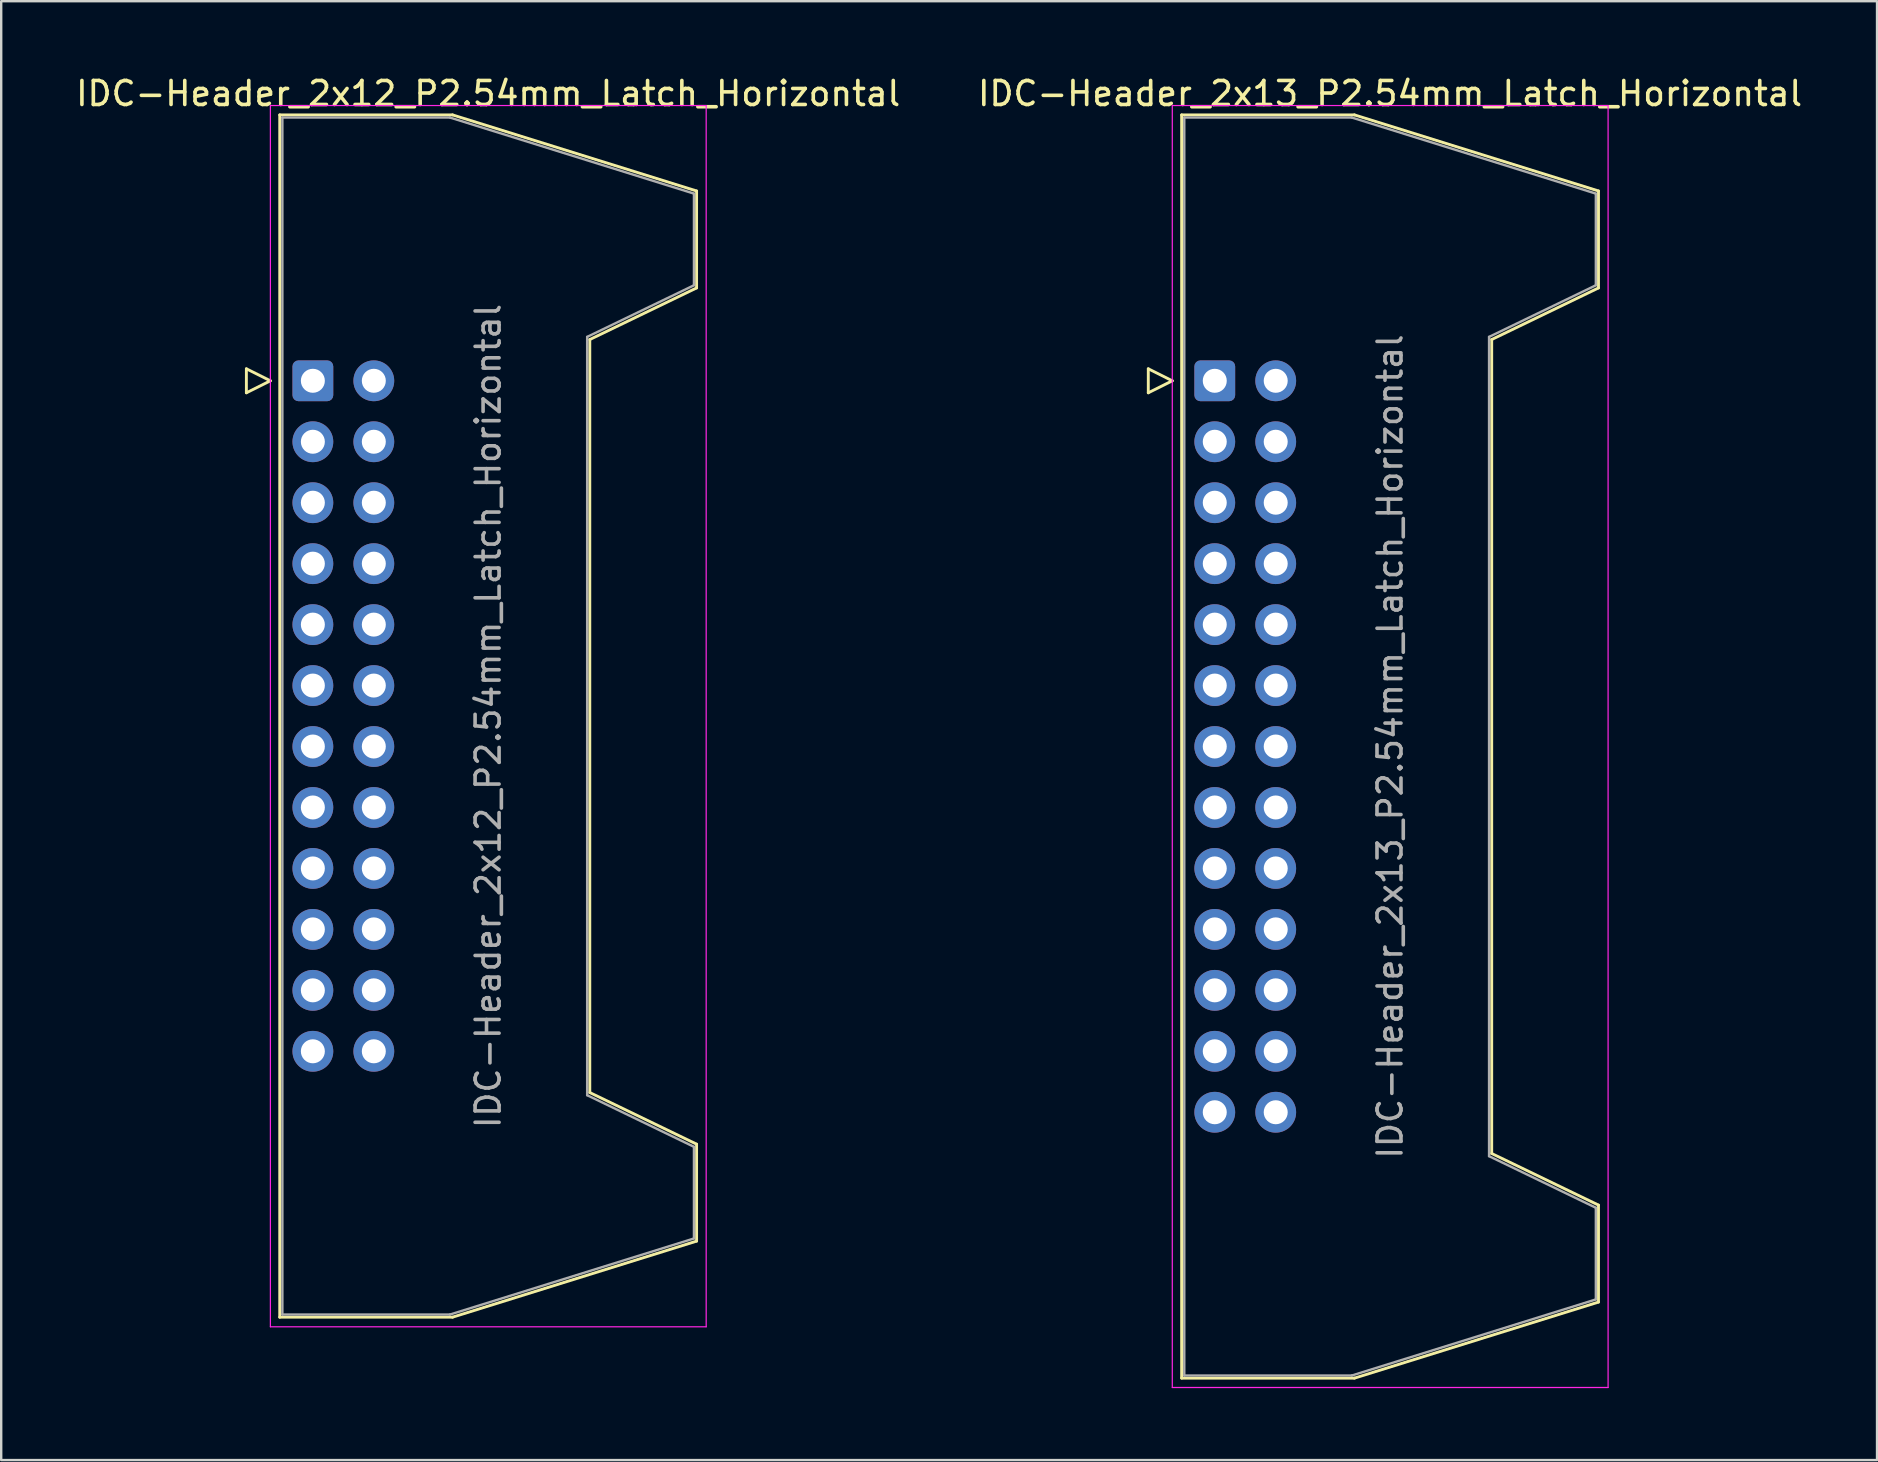
<source format=kicad_pcb>
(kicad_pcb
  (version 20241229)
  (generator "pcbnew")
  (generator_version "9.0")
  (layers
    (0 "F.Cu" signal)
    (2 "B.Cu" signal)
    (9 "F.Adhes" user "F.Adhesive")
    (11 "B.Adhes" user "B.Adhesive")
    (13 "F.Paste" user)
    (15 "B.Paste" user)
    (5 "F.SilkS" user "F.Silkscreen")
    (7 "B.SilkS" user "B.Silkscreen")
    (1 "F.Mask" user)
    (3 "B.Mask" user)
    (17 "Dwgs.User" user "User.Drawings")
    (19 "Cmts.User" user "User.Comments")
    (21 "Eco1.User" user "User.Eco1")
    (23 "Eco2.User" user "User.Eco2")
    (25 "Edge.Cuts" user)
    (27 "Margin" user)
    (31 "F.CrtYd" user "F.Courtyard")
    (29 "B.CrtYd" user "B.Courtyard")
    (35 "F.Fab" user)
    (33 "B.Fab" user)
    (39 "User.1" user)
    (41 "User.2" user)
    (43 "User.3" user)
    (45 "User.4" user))
  (footprint "IDC-Header_2x13_P2.54mm_Latch_Horizontal"
    (layer "F.Cu")
    (at 47.57 12.818)
    (property "Reference" "IDC-Header_2x13_P2.54mm_Latch_Horizontal" (at 7.305 -11.97 0) (layer "F.SilkS") (effects (font (size 1 1) (thickness 0.15))))
    (attr through_hole)
    (fp_line (start -2.77 -0.5) (end -2.77 0.5) (stroke (width 0.12) (type solid)) (layer "F.SilkS"))
    (fp_line (start -2.77 0.5) (end -1.77 0) (stroke (width 0.12) (type solid)) (layer "F.SilkS"))
    (fp_line (start -1.77 0) (end -2.77 -0.5) (stroke (width 0.12) (type solid)) (layer "F.SilkS"))
    (fp_line (start -1.38 -11.08) (end 5.82 -11.08) (stroke (width 0.12) (type solid)) (layer "F.SilkS"))
    (fp_line (start -1.38 41.56) (end -1.38 -11.08) (stroke (width 0.12) (type solid)) (layer "F.SilkS"))
    (fp_line (start 5.82 -11.08) (end 15.99 -7.91) (stroke (width 0.12) (type solid)) (layer "F.SilkS"))
    (fp_line (start 5.82 41.56) (end -1.38 41.56) (stroke (width 0.12) (type solid)) (layer "F.SilkS"))
    (fp_line (start 11.54 -1.72) (end 11.54 32.2) (stroke (width 0.12) (type solid)) (layer "F.SilkS"))
    (fp_line (start 11.54 32.2) (end 15.99 34.35) (stroke (width 0.12) (type solid)) (layer "F.SilkS"))
    (fp_line (start 15.99 -7.91) (end 15.99 -3.87) (stroke (width 0.12) (type solid)) (layer "F.SilkS"))
    (fp_line (start 15.99 -3.87) (end 11.54 -1.72) (stroke (width 0.12) (type solid)) (layer "F.SilkS"))
    (fp_line (start 15.99 34.35) (end 15.99 38.39) (stroke (width 0.12) (type solid)) (layer "F.SilkS"))
    (fp_line (start 15.99 38.39) (end 5.82 41.56) (stroke (width 0.12) (type solid)) (layer "F.SilkS"))
    (fp_line (start -1.77 -11.47) (end -1.77 41.95) (stroke (width 0.05) (type solid)) (layer "F.CrtYd"))
    (fp_line (start -1.77 41.95) (end 16.39 41.95) (stroke (width 0.05) (type solid)) (layer "F.CrtYd"))
    (fp_line (start 16.39 -11.47) (end -1.77 -11.47) (stroke (width 0.05) (type solid)) (layer "F.CrtYd"))
    (fp_line (start 16.39 41.95) (end 16.39 -11.47) (stroke (width 0.05) (type solid)) (layer "F.CrtYd"))
    (fp_line (start -1.27 -10.97) (end 5.71 -10.97) (stroke (width 0.1) (type solid)) (layer "F.Fab"))
    (fp_line (start -1.27 41.45) (end -1.27 -10.97) (stroke (width 0.1) (type solid)) (layer "F.Fab"))
    (fp_line (start 5.71 -10.97) (end 15.88 -7.8) (stroke (width 0.1) (type solid)) (layer "F.Fab"))
    (fp_line (start 5.71 41.45) (end -1.27 41.45) (stroke (width 0.1) (type solid)) (layer "F.Fab"))
    (fp_line (start 11.43 -1.83) (end 11.43 32.31) (stroke (width 0.1) (type solid)) (layer "F.Fab"))
    (fp_line (start 11.43 32.31) (end 15.88 34.46) (stroke (width 0.1) (type solid)) (layer "F.Fab"))
    (fp_line (start 15.88 -7.8) (end 15.88 -3.98) (stroke (width 0.1) (type solid)) (layer "F.Fab"))
    (fp_line (start 15.88 -3.98) (end 11.43 -1.83) (stroke (width 0.1) (type solid)) (layer "F.Fab"))
    (fp_line (start 15.88 34.46) (end 15.88 38.28) (stroke (width 0.1) (type solid)) (layer "F.Fab"))
    (fp_line (start 15.88 38.28) (end 5.71 41.45) (stroke (width 0.1) (type solid)) (layer "F.Fab"))
    (fp_text user "${REFERENCE}" (at 7.305 15.24 90) (layer "F.Fab") (effects (font (size 1 1) (thickness 0.15))))
    (pad "1" thru_hole roundrect (at 0 0) (size 1.7 1.7) (drill 1) (layers "*.Cu" "*.Mask") (roundrect_rratio 0.147))
    (pad "2" thru_hole circle (at 2.54 0) (size 1.7 1.7) (drill 1) (layers "*.Cu" "*.Mask"))
    (pad "3" thru_hole circle (at 0 2.54) (size 1.7 1.7) (drill 1) (layers "*.Cu" "*.Mask"))
    (pad "4" thru_hole circle (at 2.54 2.54) (size 1.7 1.7) (drill 1) (layers "*.Cu" "*.Mask"))
    (pad "5" thru_hole circle (at 0 5.08) (size 1.7 1.7) (drill 1) (layers "*.Cu" "*.Mask"))
    (pad "6" thru_hole circle (at 2.54 5.08) (size 1.7 1.7) (drill 1) (layers "*.Cu" "*.Mask"))
    (pad "7" thru_hole circle (at 0 7.62) (size 1.7 1.7) (drill 1) (layers "*.Cu" "*.Mask"))
    (pad "8" thru_hole circle (at 2.54 7.62) (size 1.7 1.7) (drill 1) (layers "*.Cu" "*.Mask"))
    (pad "9" thru_hole circle (at 0 10.16) (size 1.7 1.7) (drill 1) (layers "*.Cu" "*.Mask"))
    (pad "10" thru_hole circle (at 2.54 10.16) (size 1.7 1.7) (drill 1) (layers "*.Cu" "*.Mask"))
    (pad "11" thru_hole circle (at 0 12.7) (size 1.7 1.7) (drill 1) (layers "*.Cu" "*.Mask"))
    (pad "12" thru_hole circle (at 2.54 12.7) (size 1.7 1.7) (drill 1) (layers "*.Cu" "*.Mask"))
    (pad "13" thru_hole circle (at 0 15.24) (size 1.7 1.7) (drill 1) (layers "*.Cu" "*.Mask"))
    (pad "14" thru_hole circle (at 2.54 15.24) (size 1.7 1.7) (drill 1) (layers "*.Cu" "*.Mask"))
    (pad "15" thru_hole circle (at 0 17.78) (size 1.7 1.7) (drill 1) (layers "*.Cu" "*.Mask"))
    (pad "16" thru_hole circle (at 2.54 17.78) (size 1.7 1.7) (drill 1) (layers "*.Cu" "*.Mask"))
    (pad "17" thru_hole circle (at 0 20.32) (size 1.7 1.7) (drill 1) (layers "*.Cu" "*.Mask"))
    (pad "18" thru_hole circle (at 2.54 20.32) (size 1.7 1.7) (drill 1) (layers "*.Cu" "*.Mask"))
    (pad "19" thru_hole circle (at 0 22.86) (size 1.7 1.7) (drill 1) (layers "*.Cu" "*.Mask"))
    (pad "20" thru_hole circle (at 2.54 22.86) (size 1.7 1.7) (drill 1) (layers "*.Cu" "*.Mask"))
    (pad "21" thru_hole circle (at 0 25.4) (size 1.7 1.7) (drill 1) (layers "*.Cu" "*.Mask"))
    (pad "22" thru_hole circle (at 2.54 25.4) (size 1.7 1.7) (drill 1) (layers "*.Cu" "*.Mask"))
    (pad "23" thru_hole circle (at 0 27.94) (size 1.7 1.7) (drill 1) (layers "*.Cu" "*.Mask"))
    (pad "24" thru_hole circle (at 2.54 27.94) (size 1.7 1.7) (drill 1) (layers "*.Cu" "*.Mask"))
    (pad "25" thru_hole circle (at 0 30.48) (size 1.7 1.7) (drill 1) (layers "*.Cu" "*.Mask"))
    (pad "26" thru_hole circle (at 2.54 30.48) (size 1.7 1.7) (drill 1) (layers "*.Cu" "*.Mask")))
  (footprint "IDC-Header_2x12_P2.54mm_Latch_Horizontal"
    (layer "F.Cu")
    (at 9.987 12.818)
    (property "Reference" "IDC-Header_2x12_P2.54mm_Latch_Horizontal" (at 7.305 -11.97 0) (layer "F.SilkS") (effects (font (size 1 1) (thickness 0.15))))
    (attr through_hole)
    (fp_line (start -2.77 -0.5) (end -2.77 0.5) (stroke (width 0.12) (type solid)) (layer "F.SilkS"))
    (fp_line (start -2.77 0.5) (end -1.77 0) (stroke (width 0.12) (type solid)) (layer "F.SilkS"))
    (fp_line (start -1.77 0) (end -2.77 -0.5) (stroke (width 0.12) (type solid)) (layer "F.SilkS"))
    (fp_line (start -1.38 -11.08) (end 5.82 -11.08) (stroke (width 0.12) (type solid)) (layer "F.SilkS"))
    (fp_line (start -1.38 39.02) (end -1.38 -11.08) (stroke (width 0.12) (type solid)) (layer "F.SilkS"))
    (fp_line (start 5.82 -11.08) (end 15.99 -7.91) (stroke (width 0.12) (type solid)) (layer "F.SilkS"))
    (fp_line (start 5.82 39.02) (end -1.38 39.02) (stroke (width 0.12) (type solid)) (layer "F.SilkS"))
    (fp_line (start 11.54 -1.72) (end 11.54 29.66) (stroke (width 0.12) (type solid)) (layer "F.SilkS"))
    (fp_line (start 11.54 29.66) (end 15.99 31.81) (stroke (width 0.12) (type solid)) (layer "F.SilkS"))
    (fp_line (start 15.99 -7.91) (end 15.99 -3.87) (stroke (width 0.12) (type solid)) (layer "F.SilkS"))
    (fp_line (start 15.99 -3.87) (end 11.54 -1.72) (stroke (width 0.12) (type solid)) (layer "F.SilkS"))
    (fp_line (start 15.99 31.81) (end 15.99 35.85) (stroke (width 0.12) (type solid)) (layer "F.SilkS"))
    (fp_line (start 15.99 35.85) (end 5.82 39.02) (stroke (width 0.12) (type solid)) (layer "F.SilkS"))
    (fp_line (start -1.77 -11.47) (end -1.77 39.42) (stroke (width 0.05) (type solid)) (layer "F.CrtYd"))
    (fp_line (start -1.77 39.42) (end 16.39 39.42) (stroke (width 0.05) (type solid)) (layer "F.CrtYd"))
    (fp_line (start 16.39 -11.47) (end -1.77 -11.47) (stroke (width 0.05) (type solid)) (layer "F.CrtYd"))
    (fp_line (start 16.39 39.42) (end 16.39 -11.47) (stroke (width 0.05) (type solid)) (layer "F.CrtYd"))
    (fp_line (start -1.27 -10.97) (end 5.71 -10.97) (stroke (width 0.1) (type solid)) (layer "F.Fab"))
    (fp_line (start -1.27 38.91) (end -1.27 -10.97) (stroke (width 0.1) (type solid)) (layer "F.Fab"))
    (fp_line (start 5.71 -10.97) (end 15.88 -7.8) (stroke (width 0.1) (type solid)) (layer "F.Fab"))
    (fp_line (start 5.71 38.91) (end -1.27 38.91) (stroke (width 0.1) (type solid)) (layer "F.Fab"))
    (fp_line (start 11.43 -1.83) (end 11.43 29.77) (stroke (width 0.1) (type solid)) (layer "F.Fab"))
    (fp_line (start 11.43 29.77) (end 15.88 31.92) (stroke (width 0.1) (type solid)) (layer "F.Fab"))
    (fp_line (start 15.88 -7.8) (end 15.88 -3.98) (stroke (width 0.1) (type solid)) (layer "F.Fab"))
    (fp_line (start 15.88 -3.98) (end 11.43 -1.83) (stroke (width 0.1) (type solid)) (layer "F.Fab"))
    (fp_line (start 15.88 31.92) (end 15.88 35.74) (stroke (width 0.1) (type solid)) (layer "F.Fab"))
    (fp_line (start 15.88 35.74) (end 5.71 38.91) (stroke (width 0.1) (type solid)) (layer "F.Fab"))
    (fp_text user "${REFERENCE}" (at 7.305 13.97 90) (layer "F.Fab") (effects (font (size 1 1) (thickness 0.15))))
    (pad "1" thru_hole roundrect (at 0 0) (size 1.7 1.7) (drill 1) (layers "*.Cu" "*.Mask") (roundrect_rratio 0.147))
    (pad "2" thru_hole circle (at 2.54 0) (size 1.7 1.7) (drill 1) (layers "*.Cu" "*.Mask"))
    (pad "3" thru_hole circle (at 0 2.54) (size 1.7 1.7) (drill 1) (layers "*.Cu" "*.Mask"))
    (pad "4" thru_hole circle (at 2.54 2.54) (size 1.7 1.7) (drill 1) (layers "*.Cu" "*.Mask"))
    (pad "5" thru_hole circle (at 0 5.08) (size 1.7 1.7) (drill 1) (layers "*.Cu" "*.Mask"))
    (pad "6" thru_hole circle (at 2.54 5.08) (size 1.7 1.7) (drill 1) (layers "*.Cu" "*.Mask"))
    (pad "7" thru_hole circle (at 0 7.62) (size 1.7 1.7) (drill 1) (layers "*.Cu" "*.Mask"))
    (pad "8" thru_hole circle (at 2.54 7.62) (size 1.7 1.7) (drill 1) (layers "*.Cu" "*.Mask"))
    (pad "9" thru_hole circle (at 0 10.16) (size 1.7 1.7) (drill 1) (layers "*.Cu" "*.Mask"))
    (pad "10" thru_hole circle (at 2.54 10.16) (size 1.7 1.7) (drill 1) (layers "*.Cu" "*.Mask"))
    (pad "11" thru_hole circle (at 0 12.7) (size 1.7 1.7) (drill 1) (layers "*.Cu" "*.Mask"))
    (pad "12" thru_hole circle (at 2.54 12.7) (size 1.7 1.7) (drill 1) (layers "*.Cu" "*.Mask"))
    (pad "13" thru_hole circle (at 0 15.24) (size 1.7 1.7) (drill 1) (layers "*.Cu" "*.Mask"))
    (pad "14" thru_hole circle (at 2.54 15.24) (size 1.7 1.7) (drill 1) (layers "*.Cu" "*.Mask"))
    (pad "15" thru_hole circle (at 0 17.78) (size 1.7 1.7) (drill 1) (layers "*.Cu" "*.Mask"))
    (pad "16" thru_hole circle (at 2.54 17.78) (size 1.7 1.7) (drill 1) (layers "*.Cu" "*.Mask"))
    (pad "17" thru_hole circle (at 0 20.32) (size 1.7 1.7) (drill 1) (layers "*.Cu" "*.Mask"))
    (pad "18" thru_hole circle (at 2.54 20.32) (size 1.7 1.7) (drill 1) (layers "*.Cu" "*.Mask"))
    (pad "19" thru_hole circle (at 0 22.86) (size 1.7 1.7) (drill 1) (layers "*.Cu" "*.Mask"))
    (pad "20" thru_hole circle (at 2.54 22.86) (size 1.7 1.7) (drill 1) (layers "*.Cu" "*.Mask"))
    (pad "21" thru_hole circle (at 0 25.4) (size 1.7 1.7) (drill 1) (layers "*.Cu" "*.Mask"))
    (pad "22" thru_hole circle (at 2.54 25.4) (size 1.7 1.7) (drill 1) (layers "*.Cu" "*.Mask"))
    (pad "23" thru_hole circle (at 0 27.94) (size 1.7 1.7) (drill 1) (layers "*.Cu" "*.Mask"))
    (pad "24" thru_hole circle (at 2.54 27.94) (size 1.7 1.7) (drill 1) (layers "*.Cu" "*.Mask")))
  (gr_rect
    (start -3 -3)
    (end 75.167 57.793)
    (stroke (width 0.1) (type default))
    (fill no)
    (layer "Edge.Cuts")))
</source>
